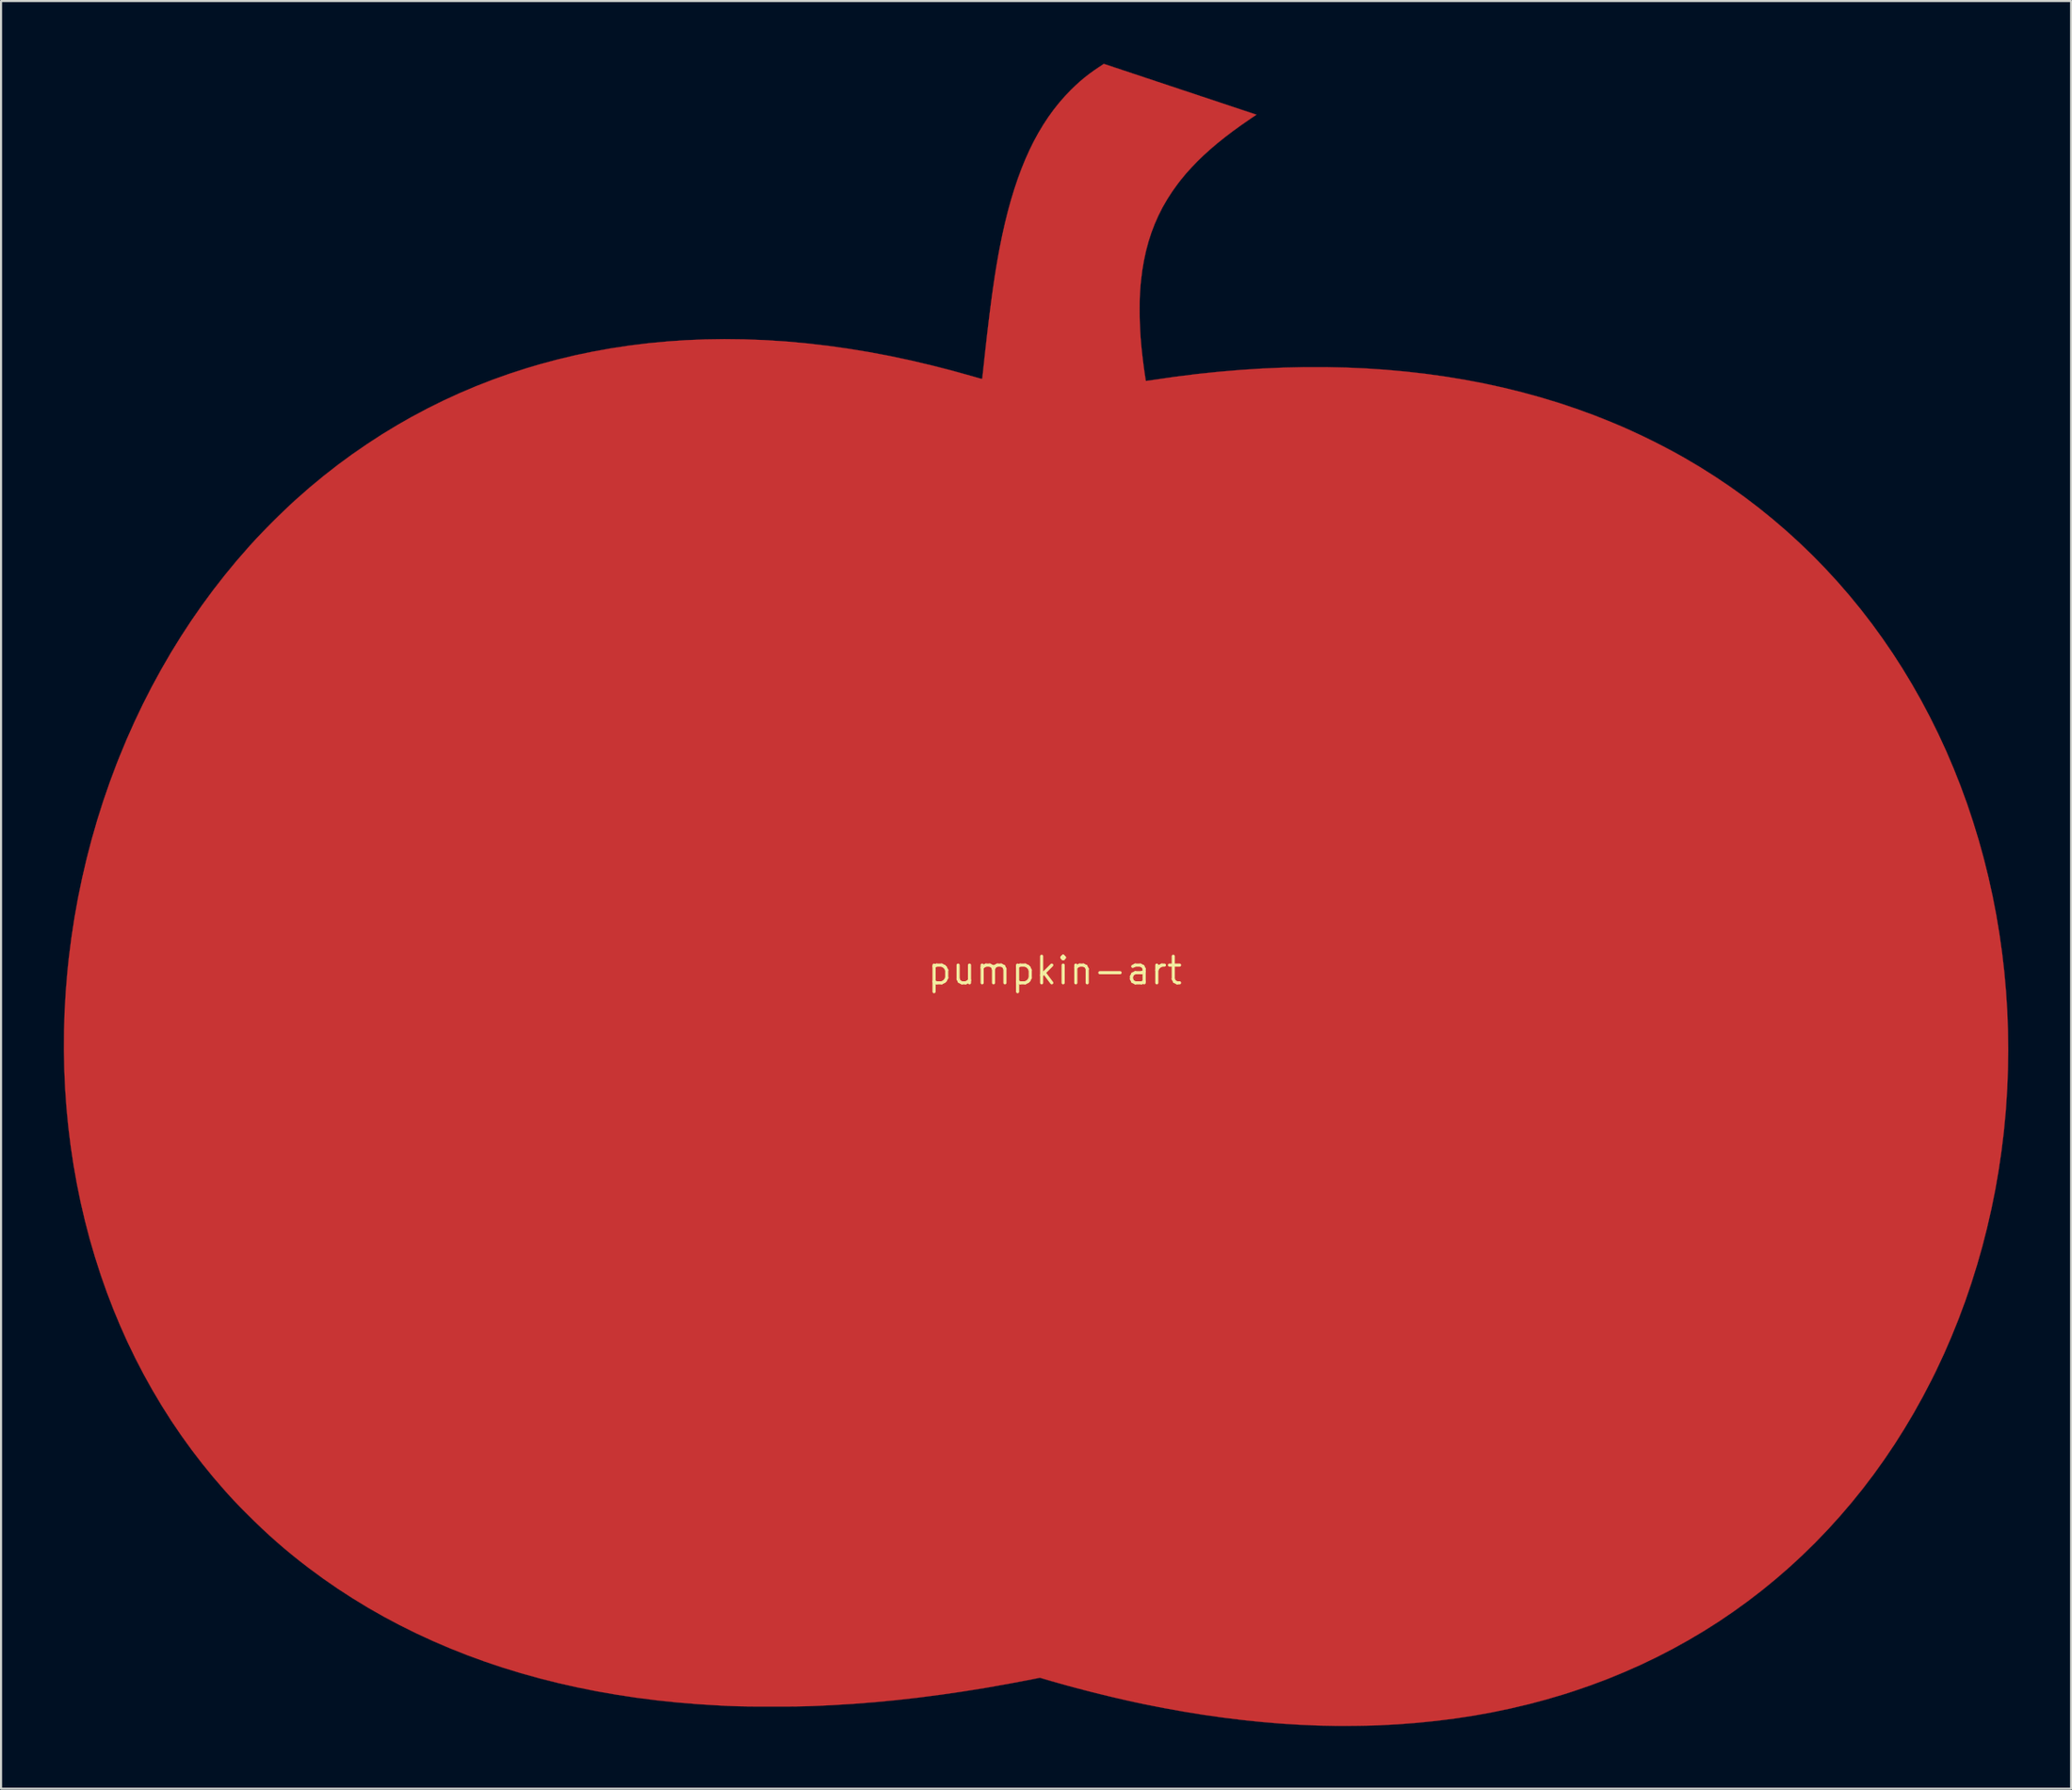
<source format=kicad_pcb>
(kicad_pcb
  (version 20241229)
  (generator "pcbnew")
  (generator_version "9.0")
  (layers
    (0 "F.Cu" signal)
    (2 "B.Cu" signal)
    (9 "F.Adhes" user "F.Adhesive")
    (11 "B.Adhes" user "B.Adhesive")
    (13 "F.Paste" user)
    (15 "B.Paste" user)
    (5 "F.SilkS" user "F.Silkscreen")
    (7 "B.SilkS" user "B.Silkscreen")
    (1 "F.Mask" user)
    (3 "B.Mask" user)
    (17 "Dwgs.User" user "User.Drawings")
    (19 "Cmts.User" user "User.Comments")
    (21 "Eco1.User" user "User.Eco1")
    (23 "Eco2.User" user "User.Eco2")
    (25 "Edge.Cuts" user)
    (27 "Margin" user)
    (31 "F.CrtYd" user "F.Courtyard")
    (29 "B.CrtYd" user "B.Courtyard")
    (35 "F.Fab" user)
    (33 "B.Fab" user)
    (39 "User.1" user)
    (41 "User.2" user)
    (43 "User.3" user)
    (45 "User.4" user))
  (footprint "pumpkin-art"
    (layer "F.Cu")
    (at 47.359 43.365)
    (property "Reference" "pumpkin-art" (at 0 0 0) (layer "F.SilkS") (effects (font (size 1.27 1.27) (thickness 0.15))))
    (attr through_hole)
    (fp_poly (pts (xy 5.982 -42.145) (xy 9.627 -40.93) (xy 9.344 -40.739) (xy 8.915 -40.442) (xy 8.509 -40.149) (xy 8.127 -39.858) (xy 7.766 -39.569) (xy 7.428 -39.281) (xy 7.109 -38.993) (xy 6.811 -38.704) (xy 6.531 -38.413) (xy 6.268 -38.121) (xy 6.022 -37.824) (xy 5.882 -37.644) (xy 5.616 -37.275) (xy 5.372 -36.898) (xy 5.149 -36.512) (xy 4.948 -36.116) (xy 4.768 -35.709) (xy 4.609 -35.291) (xy 4.47 -34.86) (xy 4.351 -34.416) (xy 4.252 -33.958) (xy 4.172 -33.484) (xy 4.112 -32.995) (xy 4.096 -32.836) (xy 4.083 -32.672) (xy 4.071 -32.515) (xy 4.062 -32.361) (xy 4.056 -32.205) (xy 4.051 -32.041) (xy 4.049 -31.864) (xy 4.048 -31.669) (xy 4.047 -31.591) (xy 4.05 -31.258) (xy 4.059 -30.933) (xy 4.073 -30.61) (xy 4.093 -30.286) (xy 4.12 -29.954) (xy 4.154 -29.61) (xy 4.195 -29.25) (xy 4.217 -29.077) (xy 4.23 -28.973) (xy 4.244 -28.865) (xy 4.259 -28.756) (xy 4.274 -28.649) (xy 4.289 -28.547) (xy 4.303 -28.453) (xy 4.316 -28.369) (xy 4.327 -28.299) (xy 4.336 -28.245) (xy 4.342 -28.212) (xy 4.345 -28.2) (xy 4.359 -28.201) (xy 4.395 -28.204) (xy 4.448 -28.211) (xy 4.517 -28.221) (xy 4.597 -28.232) (xy 4.675 -28.244) (xy 5.733 -28.397) (xy 6.786 -28.529) (xy 7.833 -28.638) (xy 8.872 -28.726) (xy 9.903 -28.792) (xy 10.925 -28.836) (xy 11.937 -28.859) (xy 12.94 -28.859) (xy 13.931 -28.837) (xy 14.853 -28.797) (xy 15.825 -28.732) (xy 16.785 -28.645) (xy 17.735 -28.536) (xy 18.673 -28.405) (xy 19.599 -28.252) (xy 20.513 -28.077) (xy 21.415 -27.88) (xy 22.306 -27.661) (xy 23.183 -27.42) (xy 24.049 -27.158) (xy 24.901 -26.873) (xy 25.741 -26.567) (xy 26.568 -26.239) (xy 27.108 -26.01) (xy 27.58 -25.799) (xy 28.06 -25.575) (xy 28.543 -25.339) (xy 29.022 -25.096) (xy 29.49 -24.849) (xy 29.941 -24.6) (xy 30.08 -24.521) (xy 30.824 -24.081) (xy 31.552 -23.62) (xy 32.265 -23.14) (xy 32.963 -22.64) (xy 33.645 -22.12) (xy 34.31 -21.58) (xy 34.96 -21.022) (xy 35.593 -20.444) (xy 36.209 -19.849) (xy 36.808 -19.234) (xy 37.39 -18.602) (xy 37.954 -17.952) (xy 38.501 -17.284) (xy 39.029 -16.599) (xy 39.539 -15.896) (xy 40.031 -15.177) (xy 40.504 -14.441) (xy 40.958 -13.689) (xy 41.392 -12.922) (xy 41.812 -12.129) (xy 42.211 -11.322) (xy 42.588 -10.504) (xy 42.942 -9.673) (xy 43.275 -8.832) (xy 43.586 -7.98) (xy 43.874 -7.118) (xy 44.14 -6.247) (xy 44.383 -5.368) (xy 44.604 -4.48) (xy 44.802 -3.584) (xy 44.977 -2.682) (xy 45.129 -1.773) (xy 45.258 -0.858) (xy 45.364 0.062) (xy 45.446 0.986) (xy 45.505 1.915) (xy 45.54 2.847) (xy 45.552 3.782) (xy 45.539 4.719) (xy 45.503 5.658) (xy 45.443 6.598) (xy 45.427 6.795) (xy 45.339 7.724) (xy 45.226 8.65) (xy 45.09 9.57) (xy 44.931 10.485) (xy 44.748 11.393) (xy 44.542 12.294) (xy 44.314 13.186) (xy 44.063 14.07) (xy 43.79 14.944) (xy 43.495 15.809) (xy 43.177 16.662) (xy 42.838 17.503) (xy 42.478 18.333) (xy 42.096 19.149) (xy 41.871 19.602) (xy 41.46 20.39) (xy 41.03 21.162) (xy 40.581 21.917) (xy 40.114 22.656) (xy 39.628 23.377) (xy 39.124 24.082) (xy 38.602 24.77) (xy 38.062 25.439) (xy 37.504 26.091) (xy 36.93 26.725) (xy 36.338 27.341) (xy 35.729 27.938) (xy 35.103 28.516) (xy 34.461 29.075) (xy 33.802 29.615) (xy 33.782 29.631) (xy 33.109 30.148) (xy 32.422 30.645) (xy 31.721 31.121) (xy 31.005 31.576) (xy 30.275 32.009) (xy 29.531 32.422) (xy 28.774 32.814) (xy 28.003 33.184) (xy 27.219 33.532) (xy 26.423 33.86) (xy 25.613 34.165) (xy 24.791 34.448) (xy 24.294 34.607) (xy 23.461 34.853) (xy 22.618 35.077) (xy 21.764 35.279) (xy 20.899 35.459) (xy 20.023 35.618) (xy 19.136 35.754) (xy 18.236 35.868) (xy 17.324 35.961) (xy 16.399 36.033) (xy 15.507 36.08) (xy 15.376 36.085) (xy 15.223 36.09) (xy 15.053 36.094) (xy 14.87 36.098) (xy 14.677 36.102) (xy 14.479 36.105) (xy 14.28 36.107) (xy 14.084 36.109) (xy 13.894 36.111) (xy 13.715 36.111) (xy 13.551 36.111) (xy 13.449 36.11) (xy 12.578 36.093) (xy 11.692 36.055) (xy 10.793 35.999) (xy 9.882 35.922) (xy 8.961 35.827) (xy 8.032 35.713) (xy 7.095 35.58) (xy 6.153 35.428) (xy 5.206 35.258) (xy 4.256 35.07) (xy 3.778 34.968) (xy 3.4 34.884) (xy 3.007 34.794) (xy 2.604 34.699) (xy 2.195 34.599) (xy 1.784 34.497) (xy 1.374 34.391) (xy 0.97 34.285) (xy 0.574 34.178) (xy 0.192 34.072) (xy -0.174 33.968) (xy -0.519 33.866) (xy -0.57 33.851) (xy -0.715 33.807) (xy -1.097 33.883) (xy -2.211 34.096) (xy -3.309 34.29) (xy -4.393 34.464) (xy -5.462 34.62) (xy -6.518 34.757) (xy -7.562 34.875) (xy -8.594 34.974) (xy -9.615 35.055) (xy -10.627 35.117) (xy -10.966 35.134) (xy -11.146 35.142) (xy -11.311 35.15) (xy -11.465 35.156) (xy -11.609 35.162) (xy -11.748 35.167) (xy -11.883 35.171) (xy -12.017 35.174) (xy -12.153 35.177) (xy -12.295 35.18) (xy -12.443 35.182) (xy -12.602 35.183) (xy -12.774 35.184) (xy -12.962 35.185) (xy -13.168 35.185) (xy -13.396 35.185) (xy -13.525 35.185) (xy -13.768 35.185) (xy -13.988 35.185) (xy -14.188 35.184) (xy -14.37 35.184) (xy -14.537 35.182) (xy -14.692 35.181) (xy -14.837 35.178) (xy -14.975 35.176) (xy -15.109 35.173) (xy -15.24 35.169) (xy -15.373 35.164) (xy -15.509 35.159) (xy -15.651 35.153) (xy -15.801 35.146) (xy -15.963 35.138) (xy -16.04 35.134) (xy -17.048 35.072) (xy -18.043 34.99) (xy -19.024 34.887) (xy -19.993 34.764) (xy -20.947 34.619) (xy -21.888 34.455) (xy -22.815 34.269) (xy -23.728 34.064) (xy -24.627 33.837) (xy -25.512 33.591) (xy -26.383 33.324) (xy -27.239 33.037) (xy -28.081 32.729) (xy -28.908 32.401) (xy -29.72 32.053) (xy -30.518 31.685) (xy -31.3 31.297) (xy -32.067 30.889) (xy -32.82 30.461) (xy -33.556 30.012) (xy -34.277 29.544) (xy -34.983 29.056) (xy -35.673 28.548) (xy -36.106 28.212) (xy -36.481 27.911) (xy -36.844 27.61) (xy -37.197 27.305) (xy -37.547 26.992) (xy -37.896 26.668) (xy -38.25 26.328) (xy -38.539 26.042) (xy -38.683 25.898) (xy -38.811 25.769) (xy -38.927 25.652) (xy -39.033 25.543) (xy -39.132 25.439) (xy -39.228 25.338) (xy -39.322 25.236) (xy -39.419 25.131) (xy -39.521 25.019) (xy -39.63 24.897) (xy -39.665 24.858) (xy -40.218 24.219) (xy -40.751 23.563) (xy -41.266 22.891) (xy -41.762 22.202) (xy -42.238 21.498) (xy -42.694 20.778) (xy -43.13 20.043) (xy -43.547 19.293) (xy -43.943 18.528) (xy -44.319 17.749) (xy -44.673 16.957) (xy -44.98 16.218) (xy -45.3 15.387) (xy -45.596 14.544) (xy -45.87 13.692) (xy -46.121 12.83) (xy -46.349 11.959) (xy -46.554 11.079) (xy -46.735 10.191) (xy -46.894 9.295) (xy -47.029 8.393) (xy -47.141 7.484) (xy -47.23 6.57) (xy -47.295 5.65) (xy -47.336 4.726) (xy -47.354 3.798) (xy -47.348 2.866) (xy -47.319 1.931) (xy -47.265 0.994) (xy -47.188 0.055) (xy -47.116 -0.635) (xy -46.995 -1.586) (xy -46.85 -2.534) (xy -46.68 -3.479) (xy -46.486 -4.419) (xy -46.269 -5.353) (xy -46.027 -6.28) (xy -45.763 -7.2) (xy -45.475 -8.11) (xy -45.164 -9.011) (xy -44.831 -9.901) (xy -44.715 -10.194) (xy -44.355 -11.063) (xy -43.974 -11.918) (xy -43.573 -12.758) (xy -43.152 -13.583) (xy -42.711 -14.393) (xy -42.251 -15.188) (xy -41.771 -15.967) (xy -41.272 -16.73) (xy -40.754 -17.477) (xy -40.217 -18.207) (xy -39.661 -18.92) (xy -39.086 -19.617) (xy -38.493 -20.296) (xy -38.371 -20.431) (xy -38.142 -20.679) (xy -37.897 -20.937) (xy -37.64 -21.202) (xy -37.375 -21.47) (xy -37.107 -21.735) (xy -36.838 -21.995) (xy -36.574 -22.246) (xy -36.319 -22.481) (xy -36.265 -22.53) (xy -35.616 -23.101) (xy -34.952 -23.651) (xy -34.273 -24.181) (xy -33.579 -24.691) (xy -32.872 -25.179) (xy -32.152 -25.647) (xy -31.419 -26.092) (xy -30.728 -26.486) (xy -29.976 -26.886) (xy -29.215 -27.263) (xy -28.444 -27.617) (xy -27.663 -27.948) (xy -26.87 -28.257) (xy -26.065 -28.544) (xy -25.248 -28.808) (xy -24.644 -28.988) (xy -23.798 -29.216) (xy -22.943 -29.421) (xy -22.08 -29.602) (xy -21.208 -29.759) (xy -20.327 -29.892) (xy -19.439 -30.001) (xy -18.541 -30.086) (xy -17.636 -30.148) (xy -16.722 -30.185) (xy -15.799 -30.199) (xy -14.867 -30.188) (xy -13.927 -30.154) (xy -13.722 -30.143) (xy -12.772 -30.08) (xy -11.815 -29.992) (xy -10.851 -29.879) (xy -9.88 -29.743) (xy -8.902 -29.582) (xy -7.918 -29.397) (xy -6.927 -29.187) (xy -5.928 -28.953) (xy -4.923 -28.695) (xy -3.911 -28.413) (xy -3.889 -28.406) (xy -3.778 -28.374) (xy -3.689 -28.349) (xy -3.62 -28.329) (xy -3.568 -28.315) (xy -3.53 -28.306) (xy -3.504 -28.302) (xy -3.488 -28.301) (xy -3.479 -28.304) (xy -3.475 -28.309) (xy -3.474 -28.314) (xy -3.471 -28.331) (xy -3.466 -28.371) (xy -3.459 -28.432) (xy -3.451 -28.51) (xy -3.44 -28.604) (xy -3.428 -28.711) (xy -3.416 -28.828) (xy -3.402 -28.953) (xy -3.397 -29) (xy -3.345 -29.482) (xy -3.294 -29.94) (xy -3.245 -30.376) (xy -3.196 -30.789) (xy -3.149 -31.183) (xy -3.102 -31.559) (xy -3.056 -31.917) (xy -3.011 -32.258) (xy -2.965 -32.586) (xy -2.919 -32.9) (xy -2.874 -33.202) (xy -2.828 -33.493) (xy -2.781 -33.775) (xy -2.734 -34.049) (xy -2.686 -34.316) (xy -2.647 -34.525) (xy -2.524 -35.138) (xy -2.392 -35.728) (xy -2.252 -36.295) (xy -2.102 -36.84) (xy -1.944 -37.362) (xy -1.776 -37.863) (xy -1.598 -38.344) (xy -1.411 -38.804) (xy -1.213 -39.244) (xy -1.005 -39.665) (xy -0.786 -40.067) (xy -0.556 -40.45) (xy -0.316 -40.816) (xy -0.064 -41.165) (xy 0.2 -41.497) (xy 0.475 -41.813) (xy 0.756 -42.107) (xy 0.977 -42.321) (xy 1.194 -42.519) (xy 1.414 -42.704) (xy 1.642 -42.882) (xy 1.885 -43.057) (xy 2.079 -43.189) (xy 2.336 -43.36) (xy 5.982 -42.145)) (stroke (width 0.01) (type solid)) (fill yes) (layer "F.Cu")))
  (gr_rect
    (start -3 -3)
    (end 95.916 82.481)
    (stroke (width 0.1) (type default))
    (fill no)
    (layer "Edge.Cuts")))
</source>
